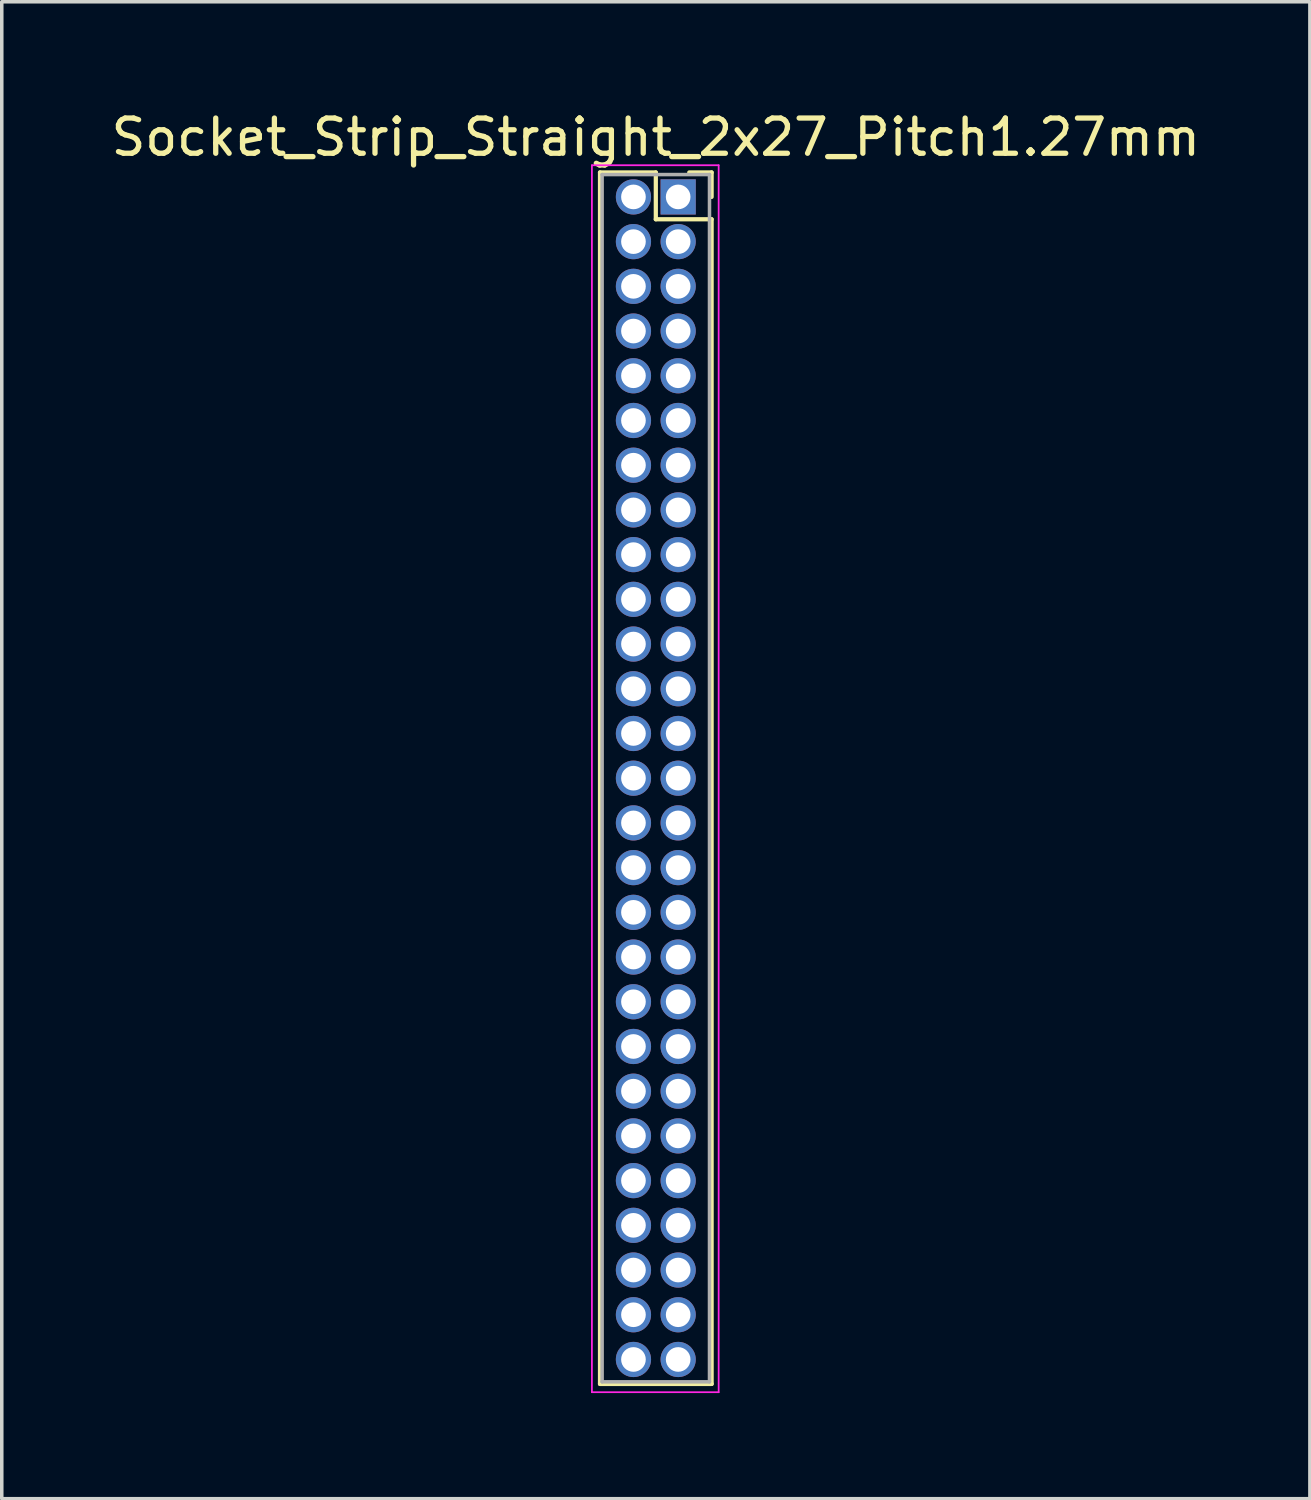
<source format=kicad_pcb>
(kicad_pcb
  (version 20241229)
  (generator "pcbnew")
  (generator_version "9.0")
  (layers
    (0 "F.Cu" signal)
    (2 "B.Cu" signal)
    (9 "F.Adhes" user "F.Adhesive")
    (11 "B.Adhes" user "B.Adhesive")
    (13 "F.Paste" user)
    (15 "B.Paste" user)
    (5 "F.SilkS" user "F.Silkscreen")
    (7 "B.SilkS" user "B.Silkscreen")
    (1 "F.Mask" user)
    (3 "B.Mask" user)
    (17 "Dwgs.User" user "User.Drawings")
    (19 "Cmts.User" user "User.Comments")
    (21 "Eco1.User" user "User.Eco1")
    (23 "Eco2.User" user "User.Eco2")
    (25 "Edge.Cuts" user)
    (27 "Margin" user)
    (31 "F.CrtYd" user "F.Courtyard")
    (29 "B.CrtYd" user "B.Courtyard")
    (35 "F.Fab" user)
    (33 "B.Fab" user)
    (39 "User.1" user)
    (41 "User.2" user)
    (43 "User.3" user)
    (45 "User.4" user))
  (footprint "Socket_Strip_Straight_2x27_Pitch1.27mm"
    (layer "F.Cu")
    (at 16.212 2.543)
    (property "Reference" "Socket_Strip_Straight_2x27_Pitch1.27mm" (at -0.635 -1.695 0) (layer "F.SilkS") (effects (font (size 1 1) (thickness 0.15))))
    (attr through_hole)
    (fp_line (start -2.22 -0.695) (end -0.635 -0.695) (stroke (width 0.12) (type solid)) (layer "F.SilkS"))
    (fp_line (start -2.22 33.715) (end -2.22 -0.695) (stroke (width 0.12) (type solid)) (layer "F.SilkS"))
    (fp_line (start -0.635 -0.695) (end -0.635 0.635) (stroke (width 0.12) (type solid)) (layer "F.SilkS"))
    (fp_line (start -0.635 0.635) (end 0.95 0.635) (stroke (width 0.12) (type solid)) (layer "F.SilkS"))
    (fp_line (start 0.95 -0.695) (end 0.315 -0.695) (stroke (width 0.12) (type solid)) (layer "F.SilkS"))
    (fp_line (start 0.95 0) (end 0.95 -0.695) (stroke (width 0.12) (type solid)) (layer "F.SilkS"))
    (fp_line (start 0.95 0.635) (end 0.95 33.715) (stroke (width 0.12) (type solid)) (layer "F.SilkS"))
    (fp_line (start 0.95 33.715) (end -2.22 33.715) (stroke (width 0.12) (type solid)) (layer "F.SilkS"))
    (fp_line (start -2.45 -0.9) (end -2.45 33.95) (stroke (width 0.05) (type solid)) (layer "F.CrtYd"))
    (fp_line (start -2.45 33.95) (end 1.15 33.95) (stroke (width 0.05) (type solid)) (layer "F.CrtYd"))
    (fp_line (start 1.15 -0.9) (end -2.45 -0.9) (stroke (width 0.05) (type solid)) (layer "F.CrtYd"))
    (fp_line (start 1.15 33.95) (end 1.15 -0.9) (stroke (width 0.05) (type solid)) (layer "F.CrtYd"))
    (fp_line (start -2.16 -0.635) (end -2.16 33.655) (stroke (width 0.1) (type solid)) (layer "F.Fab"))
    (fp_line (start -2.16 33.655) (end 0.89 33.655) (stroke (width 0.1) (type solid)) (layer "F.Fab"))
    (fp_line (start 0.89 -0.635) (end -2.16 -0.635) (stroke (width 0.1) (type solid)) (layer "F.Fab"))
    (fp_line (start 0.89 33.655) (end 0.89 -0.635) (stroke (width 0.1) (type solid)) (layer "F.Fab"))
    (pad "1" thru_hole rect (at 0 0) (size 1 1) (drill 0.7) (layers "*.Cu" "*.Mask"))
    (pad "2" thru_hole oval (at -1.27 0) (size 1 1) (drill 0.7) (layers "*.Cu" "*.Mask"))
    (pad "3" thru_hole oval (at 0 1.27) (size 1 1) (drill 0.7) (layers "*.Cu" "*.Mask"))
    (pad "4" thru_hole oval (at -1.27 1.27) (size 1 1) (drill 0.7) (layers "*.Cu" "*.Mask"))
    (pad "5" thru_hole oval (at 0 2.54) (size 1 1) (drill 0.7) (layers "*.Cu" "*.Mask"))
    (pad "6" thru_hole oval (at -1.27 2.54) (size 1 1) (drill 0.7) (layers "*.Cu" "*.Mask"))
    (pad "7" thru_hole oval (at 0 3.81) (size 1 1) (drill 0.7) (layers "*.Cu" "*.Mask"))
    (pad "8" thru_hole oval (at -1.27 3.81) (size 1 1) (drill 0.7) (layers "*.Cu" "*.Mask"))
    (pad "9" thru_hole oval (at 0 5.08) (size 1 1) (drill 0.7) (layers "*.Cu" "*.Mask"))
    (pad "10" thru_hole oval (at -1.27 5.08) (size 1 1) (drill 0.7) (layers "*.Cu" "*.Mask"))
    (pad "11" thru_hole oval (at 0 6.35) (size 1 1) (drill 0.7) (layers "*.Cu" "*.Mask"))
    (pad "12" thru_hole oval (at -1.27 6.35) (size 1 1) (drill 0.7) (layers "*.Cu" "*.Mask"))
    (pad "13" thru_hole oval (at 0 7.62) (size 1 1) (drill 0.7) (layers "*.Cu" "*.Mask"))
    (pad "14" thru_hole oval (at -1.27 7.62) (size 1 1) (drill 0.7) (layers "*.Cu" "*.Mask"))
    (pad "15" thru_hole oval (at 0 8.89) (size 1 1) (drill 0.7) (layers "*.Cu" "*.Mask"))
    (pad "16" thru_hole oval (at -1.27 8.89) (size 1 1) (drill 0.7) (layers "*.Cu" "*.Mask"))
    (pad "17" thru_hole oval (at 0 10.16) (size 1 1) (drill 0.7) (layers "*.Cu" "*.Mask"))
    (pad "18" thru_hole oval (at -1.27 10.16) (size 1 1) (drill 0.7) (layers "*.Cu" "*.Mask"))
    (pad "19" thru_hole oval (at 0 11.43) (size 1 1) (drill 0.7) (layers "*.Cu" "*.Mask"))
    (pad "20" thru_hole oval (at -1.27 11.43) (size 1 1) (drill 0.7) (layers "*.Cu" "*.Mask"))
    (pad "21" thru_hole oval (at 0 12.7) (size 1 1) (drill 0.7) (layers "*.Cu" "*.Mask"))
    (pad "22" thru_hole oval (at -1.27 12.7) (size 1 1) (drill 0.7) (layers "*.Cu" "*.Mask"))
    (pad "23" thru_hole oval (at 0 13.97) (size 1 1) (drill 0.7) (layers "*.Cu" "*.Mask"))
    (pad "24" thru_hole oval (at -1.27 13.97) (size 1 1) (drill 0.7) (layers "*.Cu" "*.Mask"))
    (pad "25" thru_hole oval (at 0 15.24) (size 1 1) (drill 0.7) (layers "*.Cu" "*.Mask"))
    (pad "26" thru_hole oval (at -1.27 15.24) (size 1 1) (drill 0.7) (layers "*.Cu" "*.Mask"))
    (pad "27" thru_hole oval (at 0 16.51) (size 1 1) (drill 0.7) (layers "*.Cu" "*.Mask"))
    (pad "28" thru_hole oval (at -1.27 16.51) (size 1 1) (drill 0.7) (layers "*.Cu" "*.Mask"))
    (pad "29" thru_hole oval (at 0 17.78) (size 1 1) (drill 0.7) (layers "*.Cu" "*.Mask"))
    (pad "30" thru_hole oval (at -1.27 17.78) (size 1 1) (drill 0.7) (layers "*.Cu" "*.Mask"))
    (pad "31" thru_hole oval (at 0 19.05) (size 1 1) (drill 0.7) (layers "*.Cu" "*.Mask"))
    (pad "32" thru_hole oval (at -1.27 19.05) (size 1 1) (drill 0.7) (layers "*.Cu" "*.Mask"))
    (pad "33" thru_hole oval (at 0 20.32) (size 1 1) (drill 0.7) (layers "*.Cu" "*.Mask"))
    (pad "34" thru_hole oval (at -1.27 20.32) (size 1 1) (drill 0.7) (layers "*.Cu" "*.Mask"))
    (pad "35" thru_hole oval (at 0 21.59) (size 1 1) (drill 0.7) (layers "*.Cu" "*.Mask"))
    (pad "36" thru_hole oval (at -1.27 21.59) (size 1 1) (drill 0.7) (layers "*.Cu" "*.Mask"))
    (pad "37" thru_hole oval (at 0 22.86) (size 1 1) (drill 0.7) (layers "*.Cu" "*.Mask"))
    (pad "38" thru_hole oval (at -1.27 22.86) (size 1 1) (drill 0.7) (layers "*.Cu" "*.Mask"))
    (pad "39" thru_hole oval (at 0 24.13) (size 1 1) (drill 0.7) (layers "*.Cu" "*.Mask"))
    (pad "40" thru_hole oval (at -1.27 24.13) (size 1 1) (drill 0.7) (layers "*.Cu" "*.Mask"))
    (pad "41" thru_hole oval (at 0 25.4) (size 1 1) (drill 0.7) (layers "*.Cu" "*.Mask"))
    (pad "42" thru_hole oval (at -1.27 25.4) (size 1 1) (drill 0.7) (layers "*.Cu" "*.Mask"))
    (pad "43" thru_hole oval (at 0 26.67) (size 1 1) (drill 0.7) (layers "*.Cu" "*.Mask"))
    (pad "44" thru_hole oval (at -1.27 26.67) (size 1 1) (drill 0.7) (layers "*.Cu" "*.Mask"))
    (pad "45" thru_hole oval (at 0 27.94) (size 1 1) (drill 0.7) (layers "*.Cu" "*.Mask"))
    (pad "46" thru_hole oval (at -1.27 27.94) (size 1 1) (drill 0.7) (layers "*.Cu" "*.Mask"))
    (pad "47" thru_hole oval (at 0 29.21) (size 1 1) (drill 0.7) (layers "*.Cu" "*.Mask"))
    (pad "48" thru_hole oval (at -1.27 29.21) (size 1 1) (drill 0.7) (layers "*.Cu" "*.Mask"))
    (pad "49" thru_hole oval (at 0 30.48) (size 1 1) (drill 0.7) (layers "*.Cu" "*.Mask"))
    (pad "50" thru_hole oval (at -1.27 30.48) (size 1 1) (drill 0.7) (layers "*.Cu" "*.Mask"))
    (pad "51" thru_hole oval (at 0 31.75) (size 1 1) (drill 0.7) (layers "*.Cu" "*.Mask"))
    (pad "52" thru_hole oval (at -1.27 31.75) (size 1 1) (drill 0.7) (layers "*.Cu" "*.Mask"))
    (pad "53" thru_hole oval (at 0 33.02) (size 1 1) (drill 0.7) (layers "*.Cu" "*.Mask"))
    (pad "54" thru_hole oval (at -1.27 33.02) (size 1 1) (drill 0.7) (layers "*.Cu" "*.Mask")))
  (gr_rect
    (start -3 -3)
    (end 34.155 39.518)
    (stroke (width 0.1) (type default))
    (fill no)
    (layer "Edge.Cuts")))
</source>
